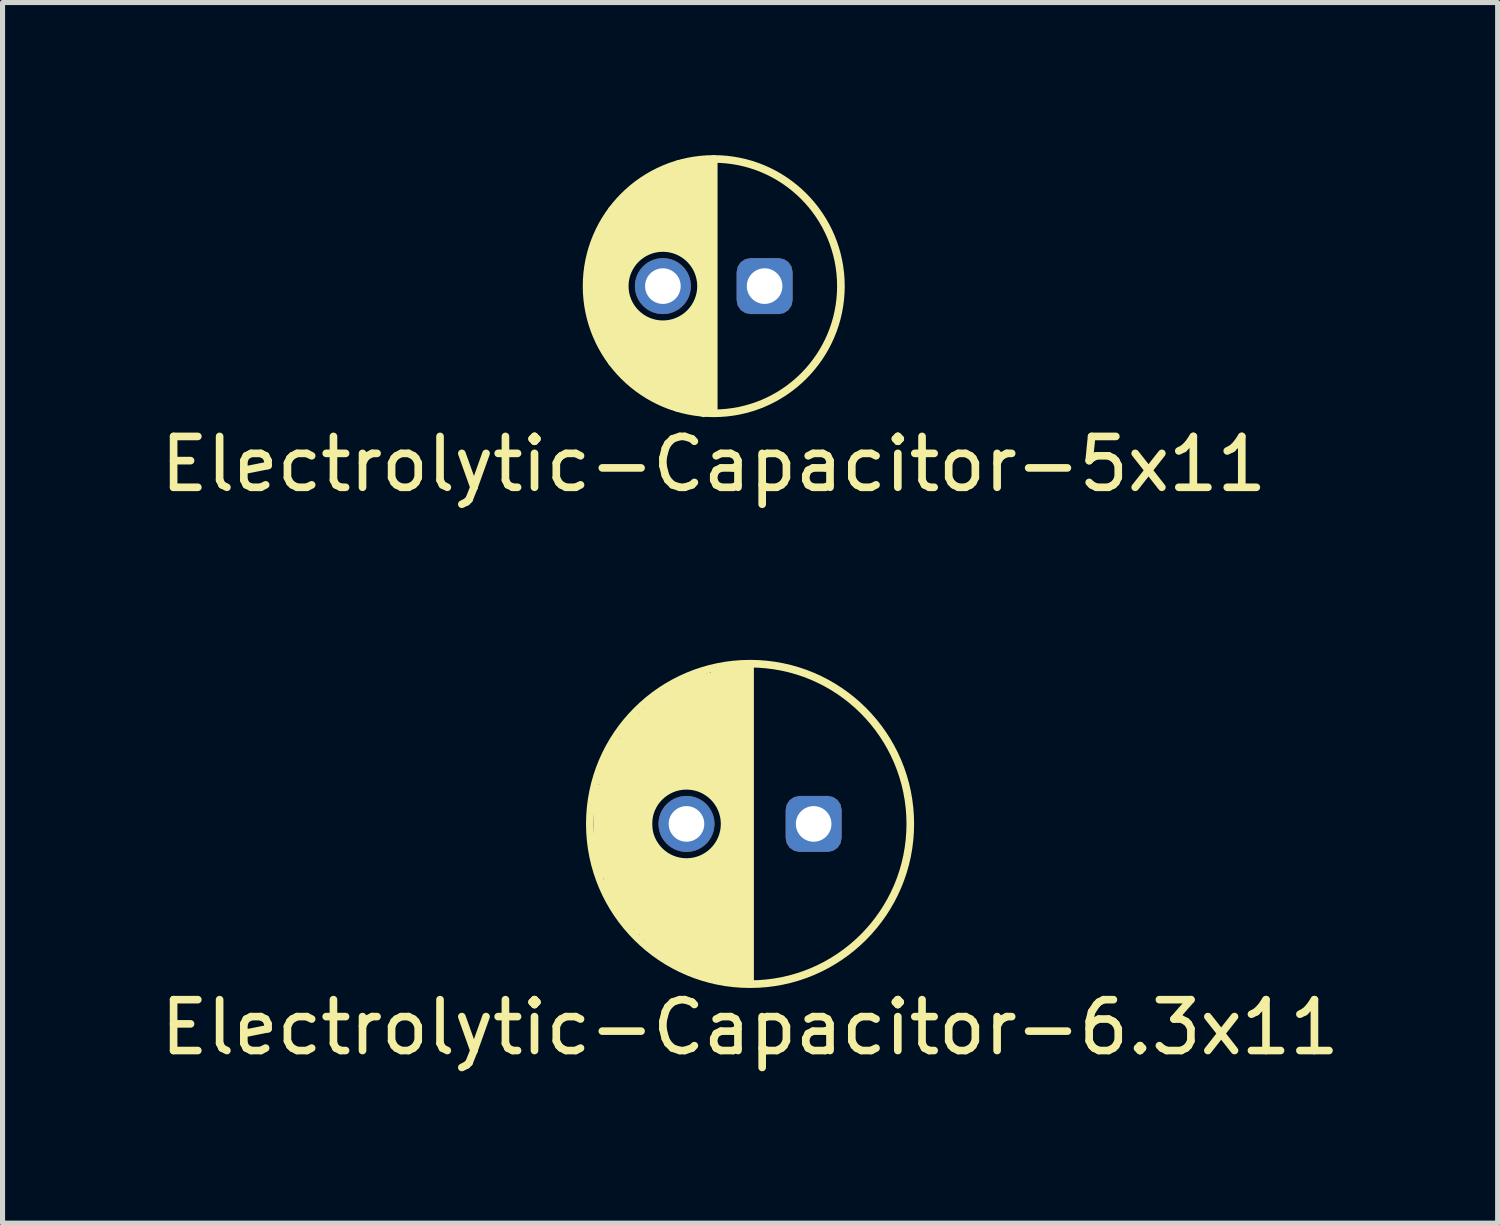
<source format=kicad_pcb>
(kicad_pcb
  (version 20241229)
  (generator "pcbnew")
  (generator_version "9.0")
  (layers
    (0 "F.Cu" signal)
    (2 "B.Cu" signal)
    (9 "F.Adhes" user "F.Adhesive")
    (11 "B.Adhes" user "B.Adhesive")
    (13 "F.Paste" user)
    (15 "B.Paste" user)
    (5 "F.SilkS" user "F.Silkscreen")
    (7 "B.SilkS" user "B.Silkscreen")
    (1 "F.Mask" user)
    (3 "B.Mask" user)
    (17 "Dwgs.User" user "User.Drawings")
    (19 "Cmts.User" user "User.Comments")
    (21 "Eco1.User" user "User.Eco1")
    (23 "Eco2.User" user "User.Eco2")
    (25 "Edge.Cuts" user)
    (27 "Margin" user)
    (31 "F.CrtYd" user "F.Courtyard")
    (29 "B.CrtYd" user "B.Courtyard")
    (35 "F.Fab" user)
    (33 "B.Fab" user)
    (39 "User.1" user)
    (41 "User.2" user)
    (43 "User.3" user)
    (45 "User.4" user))
  (footprint "Electrolytic-Capacitor-5x11"
    (layer "F.Cu")
    (at 10.982 2.575)
    (property "Reference" "Electrolytic-Capacitor-5x11" (at 0 3.5 0) (layer "F.SilkS") (effects (font (size 1 1) (thickness 0.15))))
    (attr through_hole)
    (fp_line (start -2.4 0.6) (end -2.4 -0.6) (stroke (width 0.15) (type solid)) (layer "F.SilkS"))
    (fp_line (start -2.3 -0.9) (end -2.3 0.9) (stroke (width 0.15) (type solid)) (layer "F.SilkS"))
    (fp_line (start -2.2 1.1) (end -2.2 -1.1) (stroke (width 0.15) (type solid)) (layer "F.SilkS"))
    (fp_line (start -2.1 -1.3) (end -2.1 1.3) (stroke (width 0.15) (type solid)) (layer "F.SilkS"))
    (fp_line (start -2 -1.5) (end -2 1.5) (stroke (width 0.15) (type solid)) (layer "F.SilkS"))
    (fp_line (start -1.9 1.6) (end -1.9 -1.6) (stroke (width 0.15) (type solid)) (layer "F.SilkS"))
    (fp_line (start -1.8 -1.7) (end -1.8 1.7) (stroke (width 0.15) (type solid)) (layer "F.SilkS"))
    (fp_line (start -1.7 -0.4) (end -1.7 -1.7) (stroke (width 0.15) (type solid)) (layer "F.SilkS"))
    (fp_line (start -1.7 1.8) (end -1.7 0.4) (stroke (width 0.15) (type solid)) (layer "F.SilkS"))
    (fp_line (start -1.6 -1.8) (end -1.6 -0.5) (stroke (width 0.15) (type solid)) (layer "F.SilkS"))
    (fp_line (start -1.6 0.5) (end -1.6 1.9) (stroke (width 0.15) (type solid)) (layer "F.SilkS"))
    (fp_line (start -1.5 -0.6) (end -1.5 -1.9) (stroke (width 0.15) (type solid)) (layer "F.SilkS"))
    (fp_line (start -1.5 1.9) (end -1.5 0.6) (stroke (width 0.15) (type solid)) (layer "F.SilkS"))
    (fp_line (start -1.4 -2) (end -1.4 -0.7) (stroke (width 0.15) (type solid)) (layer "F.SilkS"))
    (fp_line (start -1.4 0.7) (end -1.4 2) (stroke (width 0.15) (type solid)) (layer "F.SilkS"))
    (fp_line (start -1.3 -0.7) (end -1.3 -2) (stroke (width 0.15) (type solid)) (layer "F.SilkS"))
    (fp_line (start -1.3 2.1) (end -1.3 0.8) (stroke (width 0.15) (type solid)) (layer "F.SilkS"))
    (fp_line (start -1.2 -2.1) (end -1.2 -0.8) (stroke (width 0.15) (type solid)) (layer "F.SilkS"))
    (fp_line (start -1.2 0.8) (end -1.2 2.1) (stroke (width 0.15) (type solid)) (layer "F.SilkS"))
    (fp_line (start -1.1 -0.8) (end -1.1 -2.2) (stroke (width 0.15) (type solid)) (layer "F.SilkS"))
    (fp_line (start -1.1 0.8) (end -1.1 2.2) (stroke (width 0.15) (type solid)) (layer "F.SilkS"))
    (fp_line (start -1 -2.2) (end -1 -0.8) (stroke (width 0.15) (type solid)) (layer "F.SilkS"))
    (fp_line (start -1 2.2) (end -1 0.8) (stroke (width 0.15) (type solid)) (layer "F.SilkS"))
    (fp_line (start -0.9 -0.8) (end -0.9 -2.2) (stroke (width 0.15) (type solid)) (layer "F.SilkS"))
    (fp_line (start -0.9 0.8) (end -0.9 2.3) (stroke (width 0.15) (type solid)) (layer "F.SilkS"))
    (fp_line (start -0.8 -2.3) (end -0.8 -0.8) (stroke (width 0.15) (type solid)) (layer "F.SilkS"))
    (fp_line (start -0.8 2.3) (end -0.8 0.8) (stroke (width 0.15) (type solid)) (layer "F.SilkS"))
    (fp_line (start -0.7 -0.8) (end -0.7 -2.4) (stroke (width 0.15) (type solid)) (layer "F.SilkS"))
    (fp_line (start -0.7 0.7) (end -0.7 2.4) (stroke (width 0.15) (type solid)) (layer "F.SilkS"))
    (fp_line (start -0.6 -2.4) (end -0.6 -0.7) (stroke (width 0.15) (type solid)) (layer "F.SilkS"))
    (fp_line (start -0.6 2.4) (end -0.6 0.7) (stroke (width 0.15) (type solid)) (layer "F.SilkS"))
    (fp_line (start -0.5 -0.7) (end -0.5 -2.4) (stroke (width 0.15) (type solid)) (layer "F.SilkS"))
    (fp_line (start -0.5 0.6) (end -0.5 2.4) (stroke (width 0.15) (type solid)) (layer "F.SilkS"))
    (fp_line (start -0.4 -2.4) (end -0.4 -0.6) (stroke (width 0.15) (type solid)) (layer "F.SilkS"))
    (fp_line (start -0.4 2.4) (end -0.4 0.5) (stroke (width 0.15) (type solid)) (layer "F.SilkS"))
    (fp_line (start -0.3 -0.4) (end -0.3 -2.4) (stroke (width 0.15) (type solid)) (layer "F.SilkS"))
    (fp_line (start -0.3 2.4) (end -0.3 0.3) (stroke (width 0.15) (type solid)) (layer "F.SilkS"))
    (fp_line (start -0.2 2.5) (end -0.2 -2.4) (stroke (width 0.15) (type solid)) (layer "F.SilkS"))
    (fp_line (start -0.1 -2.4) (end -0.1 2.4) (stroke (width 0.15) (type solid)) (layer "F.SilkS"))
    (fp_line (start 0 2.5) (end 0 -2.5) (stroke (width 0.15) (type solid)) (layer "F.SilkS"))
    (fp_circle (center -1 0) (end -0.25 0) (stroke (width 0.15) (type solid)) (fill no) (layer "F.SilkS"))
    (fp_circle (center 0 0) (end 2.5 0) (stroke (width 0.15) (type solid)) (fill no) (layer "F.SilkS"))
    (pad "A" thru_hole roundrect (at 1 0) (size 1.1 1.1) (drill 0.7) (layers "*.Cu" "*.Mask") (roundrect_rratio 0.25))
    (pad "K" thru_hole circle (at -1 0) (size 1.1 1.1) (drill 0.7) (layers "*.Cu" "*.Mask")))
  (footprint "Electrolytic-Capacitor-6.3x11"
    (layer "F.Cu")
    (at 11.696 13.148)
    (property "Reference" "Electrolytic-Capacitor-6.3x11" (at 0 4 0) (layer "F.SilkS") (effects (font (size 1 1) (thickness 0.15))))
    (attr through_hole)
    (fp_line (start -3 0.5) (end -3 -0.7) (stroke (width 0.15) (type solid)) (layer "F.SilkS"))
    (fp_line (start -2.9 -1.1) (end -2.9 1) (stroke (width 0.15) (type solid)) (layer "F.SilkS"))
    (fp_line (start -2.9 1) (end -3 0.5) (stroke (width 0.15) (type solid)) (layer "F.SilkS"))
    (fp_line (start -2.8 -1.3) (end -2.9 -1.1) (stroke (width 0.15) (type solid)) (layer "F.SilkS"))
    (fp_line (start -2.8 1.3) (end -2.8 -1.3) (stroke (width 0.15) (type solid)) (layer "F.SilkS"))
    (fp_line (start -2.7 -1.5) (end -2.7 1.5) (stroke (width 0.15) (type solid)) (layer "F.SilkS"))
    (fp_line (start -2.7 1.5) (end -2.8 1.3) (stroke (width 0.15) (type solid)) (layer "F.SilkS"))
    (fp_line (start -2.6 -1.6) (end -2.7 -1.5) (stroke (width 0.15) (type solid)) (layer "F.SilkS"))
    (fp_line (start -2.6 1.6) (end -2.6 -1.6) (stroke (width 0.15) (type solid)) (layer "F.SilkS"))
    (fp_line (start -2.5 -1.8) (end -2.5 1.8) (stroke (width 0.15) (type solid)) (layer "F.SilkS"))
    (fp_line (start -2.5 1.8) (end -2.6 1.6) (stroke (width 0.15) (type solid)) (layer "F.SilkS"))
    (fp_line (start -2.4 -1.9) (end -2.5 -1.8) (stroke (width 0.15) (type solid)) (layer "F.SilkS"))
    (fp_line (start -2.4 1.9) (end -2.4 -1.9) (stroke (width 0.15) (type solid)) (layer "F.SilkS"))
    (fp_line (start -2.3 -2) (end -2.3 2) (stroke (width 0.15) (type solid)) (layer "F.SilkS"))
    (fp_line (start -2.3 2) (end -2.4 1.9) (stroke (width 0.15) (type solid)) (layer "F.SilkS"))
    (fp_line (start -2.2 -2.1) (end -2.3 -2) (stroke (width 0.15) (type solid)) (layer "F.SilkS"))
    (fp_line (start -2.2 2.1) (end -2.2 -2.1) (stroke (width 0.15) (type solid)) (layer "F.SilkS"))
    (fp_line (start -2.1 2.2) (end -2.1 -2.2) (stroke (width 0.15) (type solid)) (layer "F.SilkS"))
    (fp_line (start -2 -2.4) (end -2 2.4) (stroke (width 0.15) (type solid)) (layer "F.SilkS"))
    (fp_line (start -1.9 -0.4) (end -1.9 -2.4) (stroke (width 0.15) (type solid)) (layer "F.SilkS"))
    (fp_line (start -1.9 2.5) (end -1.9 0.5) (stroke (width 0.15) (type solid)) (layer "F.SilkS"))
    (fp_line (start -1.8 -2.5) (end -1.8 -0.6) (stroke (width 0.15) (type solid)) (layer "F.SilkS"))
    (fp_line (start -1.8 0.6) (end -1.8 2.5) (stroke (width 0.15) (type solid)) (layer "F.SilkS"))
    (fp_line (start -1.7 -0.7) (end -1.7 -2.6) (stroke (width 0.15) (type solid)) (layer "F.SilkS"))
    (fp_line (start -1.7 2.6) (end -1.7 0.7) (stroke (width 0.15) (type solid)) (layer "F.SilkS"))
    (fp_line (start -1.6 -2.6) (end -1.6 -0.7) (stroke (width 0.15) (type solid)) (layer "F.SilkS"))
    (fp_line (start -1.6 0.7) (end -1.6 2.6) (stroke (width 0.15) (type solid)) (layer "F.SilkS"))
    (fp_line (start -1.5 -0.8) (end -1.5 -2.7) (stroke (width 0.15) (type solid)) (layer "F.SilkS"))
    (fp_line (start -1.5 2.7) (end -1.5 0.8) (stroke (width 0.15) (type solid)) (layer "F.SilkS"))
    (fp_line (start -1.4 -0.8) (end -1.4 -2.7) (stroke (width 0.15) (type solid)) (layer "F.SilkS"))
    (fp_line (start -1.4 0.8) (end -1.4 2.8) (stroke (width 0.15) (type solid)) (layer "F.SilkS"))
    (fp_line (start -1.3 -2.8) (end -1.3 -0.8) (stroke (width 0.15) (type solid)) (layer "F.SilkS"))
    (fp_line (start -1.3 2.8) (end -1.3 0.8) (stroke (width 0.15) (type solid)) (layer "F.SilkS"))
    (fp_line (start -1.2 -0.8) (end -1.2 -2.8) (stroke (width 0.15) (type solid)) (layer "F.SilkS"))
    (fp_line (start -1.2 0.8) (end -1.2 2.8) (stroke (width 0.15) (type solid)) (layer "F.SilkS"))
    (fp_line (start -1.1 -2.9) (end -1.1 -0.8) (stroke (width 0.15) (type solid)) (layer "F.SilkS"))
    (fp_line (start -1.1 2.9) (end -1.1 0.8) (stroke (width 0.15) (type solid)) (layer "F.SilkS"))
    (fp_line (start -1 -0.8) (end -1 -2.9) (stroke (width 0.15) (type solid)) (layer "F.SilkS"))
    (fp_line (start -1 0.8) (end -1 2.9) (stroke (width 0.15) (type solid)) (layer "F.SilkS"))
    (fp_line (start -0.9 -2.9) (end -0.9 -0.7) (stroke (width 0.15) (type solid)) (layer "F.SilkS"))
    (fp_line (start -0.9 3) (end -0.9 0.7) (stroke (width 0.15) (type solid)) (layer "F.SilkS"))
    (fp_line (start -0.8 -0.7) (end -0.8 -2.9) (stroke (width 0.15) (type solid)) (layer "F.SilkS"))
    (fp_line (start -0.8 0.7) (end -0.8 3) (stroke (width 0.15) (type solid)) (layer "F.SilkS"))
    (fp_line (start -0.7 -3) (end -0.7 -0.6) (stroke (width 0.15) (type solid)) (layer "F.SilkS"))
    (fp_line (start -0.7 3) (end -0.7 0.6) (stroke (width 0.15) (type solid)) (layer "F.SilkS"))
    (fp_line (start -0.6 -0.5) (end -0.6 -3) (stroke (width 0.15) (type solid)) (layer "F.SilkS"))
    (fp_line (start -0.6 0.5) (end -0.6 3) (stroke (width 0.15) (type solid)) (layer "F.SilkS"))
    (fp_line (start -0.5 -3.1) (end -0.5 -0.3) (stroke (width 0.15) (type solid)) (layer "F.SilkS"))
    (fp_line (start -0.5 3.1) (end -0.5 0.3) (stroke (width 0.15) (type solid)) (layer "F.SilkS"))
    (fp_line (start -0.4 3) (end -0.4 -3.1) (stroke (width 0.15) (type solid)) (layer "F.SilkS"))
    (fp_line (start -0.3 -3.1) (end -0.3 3.1) (stroke (width 0.15) (type solid)) (layer "F.SilkS"))
    (fp_line (start -0.2 3.1) (end -0.2 -3.1) (stroke (width 0.15) (type solid)) (layer "F.SilkS"))
    (fp_line (start -0.1 -3.1) (end -0.1 3.1) (stroke (width 0.15) (type solid)) (layer "F.SilkS"))
    (fp_line (start 0 3.1) (end 0 -3.1) (stroke (width 0.15) (type solid)) (layer "F.SilkS"))
    (fp_circle (center -1.25 0) (end -0.5 0) (stroke (width 0.15) (type solid)) (fill no) (layer "F.SilkS"))
    (fp_circle (center 0 0) (end 3.15 0) (stroke (width 0.15) (type solid)) (fill no) (layer "F.SilkS"))
    (pad "A" thru_hole roundrect (at 1.25 0) (size 1.1 1.1) (drill 0.7) (layers "*.Cu" "*.Mask") (roundrect_rratio 0.25))
    (pad "K" thru_hole circle (at -1.25 0) (size 1.1 1.1) (drill 0.7) (layers "*.Cu" "*.Mask")))
  (gr_rect
    (start -3 -3)
    (end 26.393 20.997)
    (stroke (width 0.1) (type default))
    (fill no)
    (layer "Edge.Cuts")))
</source>
